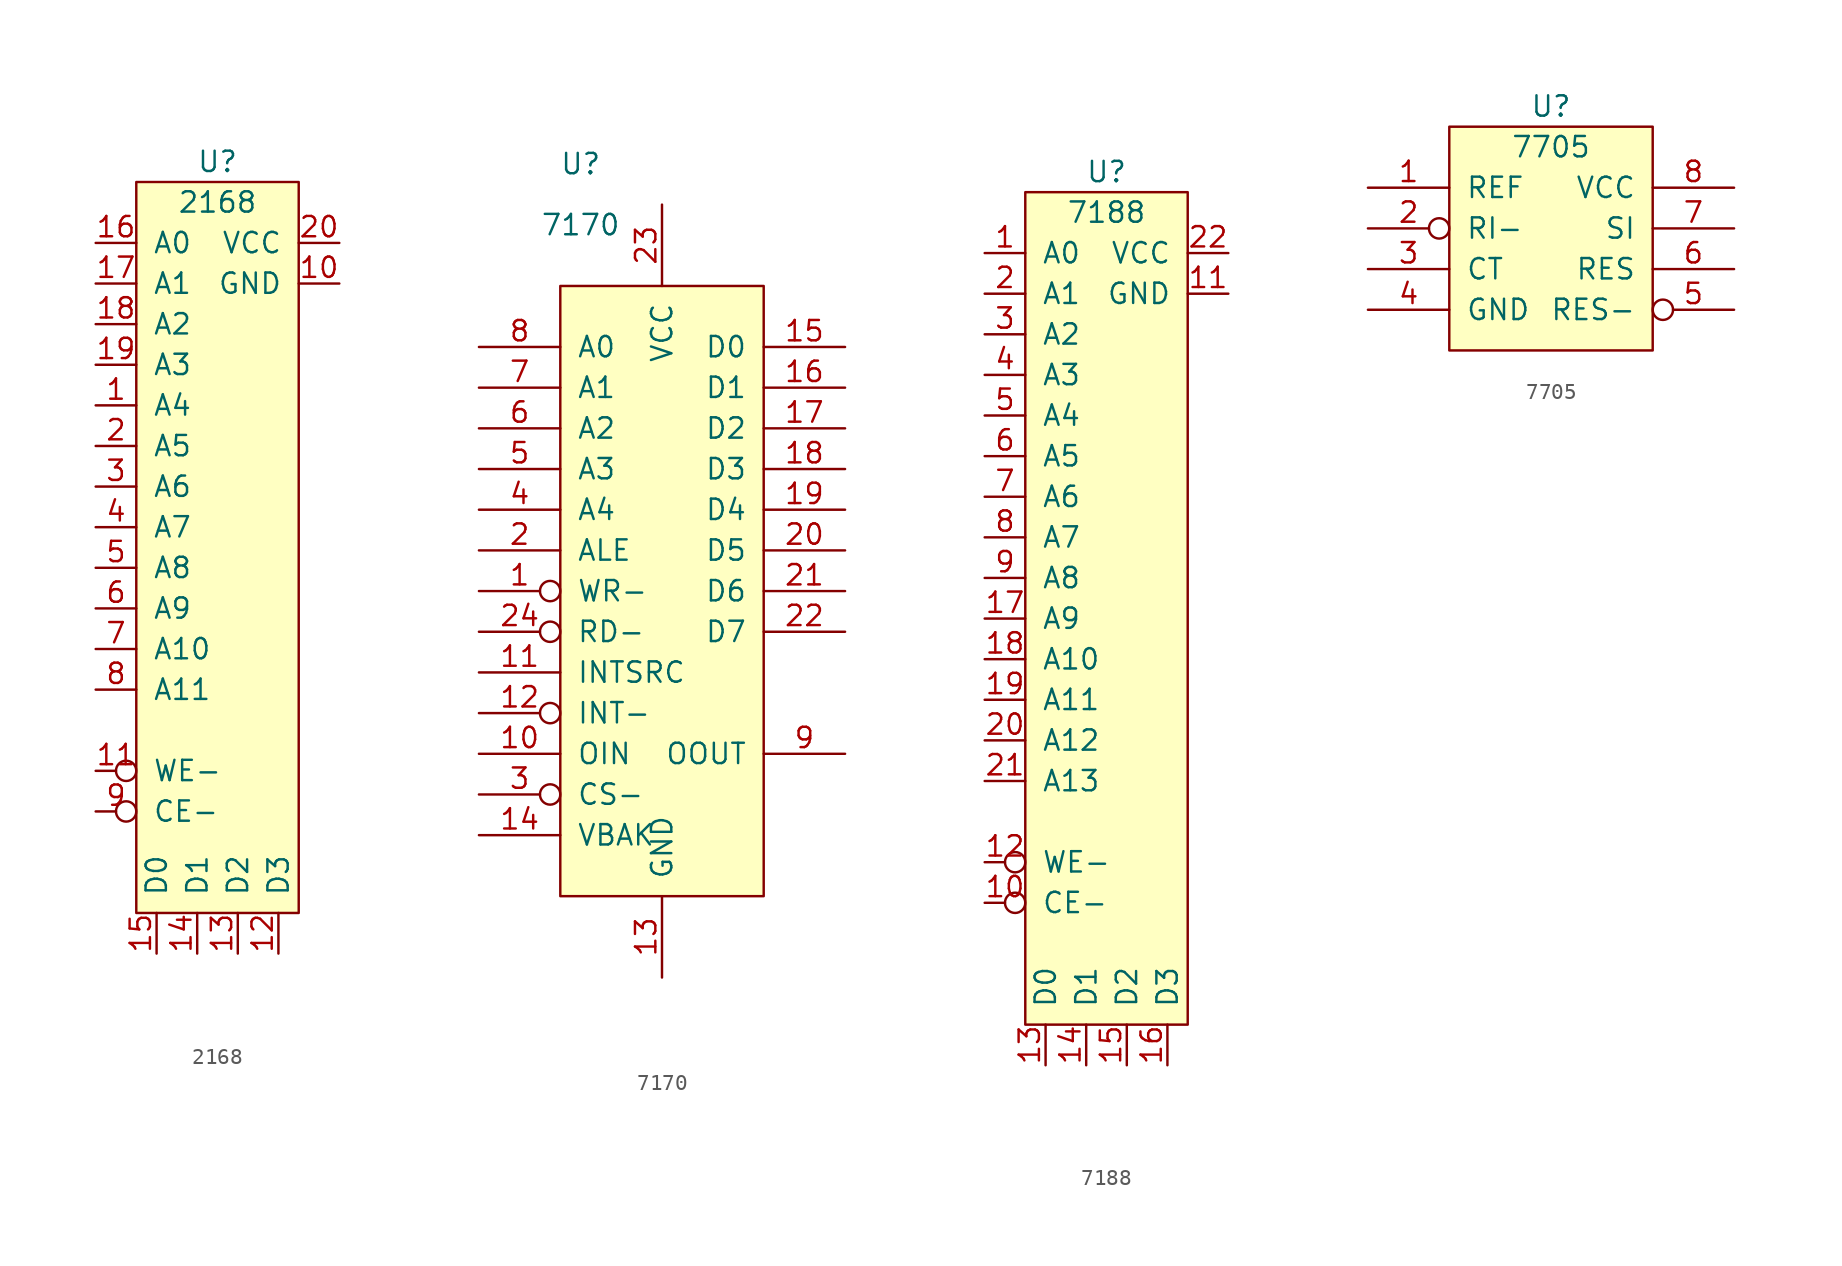
<source format=kicad_sym>
(kicad_symbol_lib
  (version 20231120)
  (generator "kicad_symbol_editor")
  (generator_version "8.0")
  (symbol "2168"
    (pin_names
      (offset 1.016))
    (property "Reference" "U"
      (at 0 2.54 0)
      (effects (font (size 1.27 1.27))))
    (property "Value" "2168"
      (at 0 0 0)
      (effects (font (size 1.27 1.27))))
    (symbol "2168_0_1"
      (rectangle (start -5.08 1.27) (end 5.08 -44.45) (stroke (width 0) (type solid)) (fill (type background))))
    (symbol "2168_1_1"
      (pin input line (at -7.62 -12.7 0) (length 2.54) (name "A4" (effects (font (size 1.27 1.27)))) (number "1" (effects (font (size 1.27 1.27)))))
      (pin power_in line (at 7.62 -5.08 180) (length 2.54) (name "GND" (effects (font (size 1.27 1.27)))) (number "10" (effects (font (size 1.27 1.27)))))
      (pin input inverted (at -7.62 -35.56 0) (length 2.54) (name "WE-" (effects (font (size 1.27 1.27)))) (number "11" (effects (font (size 1.27 1.27)))))
      (pin bidirectional line (at 3.81 -46.99 90) (length 2.54) (name "D3" (effects (font (size 1.27 1.27)))) (number "12" (effects (font (size 1.27 1.27)))))
      (pin bidirectional line (at 1.27 -46.99 90) (length 2.54) (name "D2" (effects (font (size 1.27 1.27)))) (number "13" (effects (font (size 1.27 1.27)))))
      (pin bidirectional line (at -1.27 -46.99 90) (length 2.54) (name "D1" (effects (font (size 1.27 1.27)))) (number "14" (effects (font (size 1.27 1.27)))))
      (pin bidirectional line (at -3.81 -46.99 90) (length 2.54) (name "D0" (effects (font (size 1.27 1.27)))) (number "15" (effects (font (size 1.27 1.27)))))
      (pin input line (at -7.62 -2.54 0) (length 2.54) (name "A0" (effects (font (size 1.27 1.27)))) (number "16" (effects (font (size 1.27 1.27)))))
      (pin input line (at -7.62 -5.08 0) (length 2.54) (name "A1" (effects (font (size 1.27 1.27)))) (number "17" (effects (font (size 1.27 1.27)))))
      (pin input line (at -7.62 -7.62 0) (length 2.54) (name "A2" (effects (font (size 1.27 1.27)))) (number "18" (effects (font (size 1.27 1.27)))))
      (pin input line (at -7.62 -10.16 0) (length 2.54) (name "A3" (effects (font (size 1.27 1.27)))) (number "19" (effects (font (size 1.27 1.27)))))
      (pin input line (at -7.62 -15.24 0) (length 2.54) (name "A5" (effects (font (size 1.27 1.27)))) (number "2" (effects (font (size 1.27 1.27)))))
      (pin power_in line (at 7.62 -2.54 180) (length 2.54) (name "VCC" (effects (font (size 1.27 1.27)))) (number "20" (effects (font (size 1.27 1.27)))))
      (pin input line (at -7.62 -17.78 0) (length 2.54) (name "A6" (effects (font (size 1.27 1.27)))) (number "3" (effects (font (size 1.27 1.27)))))
      (pin input line (at -7.62 -20.32 0) (length 2.54) (name "A7" (effects (font (size 1.27 1.27)))) (number "4" (effects (font (size 1.27 1.27)))))
      (pin input line (at -7.62 -22.86 0) (length 2.54) (name "A8" (effects (font (size 1.27 1.27)))) (number "5" (effects (font (size 1.27 1.27)))))
      (pin input line (at -7.62 -25.4 0) (length 2.54) (name "A9" (effects (font (size 1.27 1.27)))) (number "6" (effects (font (size 1.27 1.27)))))
      (pin input line (at -7.62 -27.94 0) (length 2.54) (name "A10" (effects (font (size 1.27 1.27)))) (number "7" (effects (font (size 1.27 1.27)))))
      (pin input line (at -7.62 -30.48 0) (length 2.54) (name "A11" (effects (font (size 1.27 1.27)))) (number "8" (effects (font (size 1.27 1.27)))))
      (pin input inverted (at -7.62 -38.1 0) (length 2.54) (name "CE-" (effects (font (size 1.27 1.27)))) (number "9" (effects (font (size 1.27 1.27)))))))
  (symbol "7170"
    (pin_names
      (offset 1.016))
    (property "Reference" "U"
      (at -5.08 7.62 0)
      (effects (font (size 1.27 1.27))))
    (property "Value" "7170"
      (at -5.08 3.81 0)
      (effects (font (size 1.27 1.27))))
    (symbol "7170_0_1"
      (rectangle (start -6.35 0) (end 6.35 -38.1) (stroke (width 0) (type solid)) (fill (type background))))
    (symbol "7170_1_1"
      (pin input inverted (at -11.43 -19.05 0) (length 5.08) (name "WR-" (effects (font (size 1.27 1.27)))) (number "1" (effects (font (size 1.27 1.27)))))
      (pin input line (at -11.43 -29.21 0) (length 5.08) (name "OIN" (effects (font (size 1.27 1.27)))) (number "10" (effects (font (size 1.27 1.27)))))
      (pin input line (at -11.43 -24.13 0) (length 5.08) (name "INTSRC" (effects (font (size 1.27 1.27)))) (number "11" (effects (font (size 1.27 1.27)))))
      (pin input inverted (at -11.43 -26.67 0) (length 5.08) (name "INT-" (effects (font (size 1.27 1.27)))) (number "12" (effects (font (size 1.27 1.27)))))
      (pin power_in line (at 0 -43.18 90) (length 5.08) (name "GND" (effects (font (size 1.27 1.27)))) (number "13" (effects (font (size 1.27 1.27)))))
      (pin power_in line (at -11.43 -34.29 0) (length 5.08) (name "VBAK" (effects (font (size 1.27 1.27)))) (number "14" (effects (font (size 1.27 1.27)))))
      (pin bidirectional line (at 11.43 -3.81 180) (length 5.08) (name "D0" (effects (font (size 1.27 1.27)))) (number "15" (effects (font (size 1.27 1.27)))))
      (pin bidirectional line (at 11.43 -6.35 180) (length 5.08) (name "D1" (effects (font (size 1.27 1.27)))) (number "16" (effects (font (size 1.27 1.27)))))
      (pin bidirectional line (at 11.43 -8.89 180) (length 5.08) (name "D2" (effects (font (size 1.27 1.27)))) (number "17" (effects (font (size 1.27 1.27)))))
      (pin bidirectional line (at 11.43 -11.43 180) (length 5.08) (name "D3" (effects (font (size 1.27 1.27)))) (number "18" (effects (font (size 1.27 1.27)))))
      (pin bidirectional line (at 11.43 -13.97 180) (length 5.08) (name "D4" (effects (font (size 1.27 1.27)))) (number "19" (effects (font (size 1.27 1.27)))))
      (pin input line (at -11.43 -16.51 0) (length 5.08) (name "ALE" (effects (font (size 1.27 1.27)))) (number "2" (effects (font (size 1.27 1.27)))))
      (pin bidirectional line (at 11.43 -16.51 180) (length 5.08) (name "D5" (effects (font (size 1.27 1.27)))) (number "20" (effects (font (size 1.27 1.27)))))
      (pin bidirectional line (at 11.43 -19.05 180) (length 5.08) (name "D6" (effects (font (size 1.27 1.27)))) (number "21" (effects (font (size 1.27 1.27)))))
      (pin bidirectional line (at 11.43 -21.59 180) (length 5.08) (name "D7" (effects (font (size 1.27 1.27)))) (number "22" (effects (font (size 1.27 1.27)))))
      (pin power_in line (at 0 5.08 270) (length 5.08) (name "VCC" (effects (font (size 1.27 1.27)))) (number "23" (effects (font (size 1.27 1.27)))))
      (pin input inverted (at -11.43 -21.59 0) (length 5.08) (name "RD-" (effects (font (size 1.27 1.27)))) (number "24" (effects (font (size 1.27 1.27)))))
      (pin input inverted (at -11.43 -31.75 0) (length 5.08) (name "CS-" (effects (font (size 1.27 1.27)))) (number "3" (effects (font (size 1.27 1.27)))))
      (pin input line (at -11.43 -13.97 0) (length 5.08) (name "A4" (effects (font (size 1.27 1.27)))) (number "4" (effects (font (size 1.27 1.27)))))
      (pin input line (at -11.43 -11.43 0) (length 5.08) (name "A3" (effects (font (size 1.27 1.27)))) (number "5" (effects (font (size 1.27 1.27)))))
      (pin input line (at -11.43 -8.89 0) (length 5.08) (name "A2" (effects (font (size 1.27 1.27)))) (number "6" (effects (font (size 1.27 1.27)))))
      (pin input line (at -11.43 -6.35 0) (length 5.08) (name "A1" (effects (font (size 1.27 1.27)))) (number "7" (effects (font (size 1.27 1.27)))))
      (pin input line (at -11.43 -3.81 0) (length 5.08) (name "A0" (effects (font (size 1.27 1.27)))) (number "8" (effects (font (size 1.27 1.27)))))
      (pin output line (at 11.43 -29.21 180) (length 5.08) (name "OOUT" (effects (font (size 1.27 1.27)))) (number "9" (effects (font (size 1.27 1.27)))))))
  (symbol "7188"
    (pin_names
      (offset 1.016))
    (property "Reference" "U"
      (at 0 2.54 0)
      (effects (font (size 1.27 1.27))))
    (property "Value" "7188"
      (at 0 0 0)
      (effects (font (size 1.27 1.27))))
    (symbol "7188_0_1"
      (rectangle (start -5.08 1.27) (end 5.08 -50.8) (stroke (width 0) (type solid)) (fill (type background))))
    (symbol "7188_1_1"
      (pin input line (at -7.62 -2.54 0) (length 2.54) (name "A0" (effects (font (size 1.27 1.27)))) (number "1" (effects (font (size 1.27 1.27)))))
      (pin input inverted (at -7.62 -43.18 0) (length 2.54) (name "CE-" (effects (font (size 1.27 1.27)))) (number "10" (effects (font (size 1.27 1.27)))))
      (pin power_in line (at 7.62 -5.08 180) (length 2.54) (name "GND" (effects (font (size 1.27 1.27)))) (number "11" (effects (font (size 1.27 1.27)))))
      (pin input inverted (at -7.62 -40.64 0) (length 2.54) (name "WE-" (effects (font (size 1.27 1.27)))) (number "12" (effects (font (size 1.27 1.27)))))
      (pin bidirectional line (at -3.81 -53.34 90) (length 2.54) (name "D0" (effects (font (size 1.27 1.27)))) (number "13" (effects (font (size 1.27 1.27)))))
      (pin bidirectional line (at -1.27 -53.34 90) (length 2.54) (name "D1" (effects (font (size 1.27 1.27)))) (number "14" (effects (font (size 1.27 1.27)))))
      (pin bidirectional line (at 1.27 -53.34 90) (length 2.54) (name "D2" (effects (font (size 1.27 1.27)))) (number "15" (effects (font (size 1.27 1.27)))))
      (pin bidirectional line (at 3.81 -53.34 90) (length 2.54) (name "D3" (effects (font (size 1.27 1.27)))) (number "16" (effects (font (size 1.27 1.27)))))
      (pin input line (at -7.62 -25.4 0) (length 2.54) (name "A9" (effects (font (size 1.27 1.27)))) (number "17" (effects (font (size 1.27 1.27)))))
      (pin input line (at -7.62 -27.94 0) (length 2.54) (name "A10" (effects (font (size 1.27 1.27)))) (number "18" (effects (font (size 1.27 1.27)))))
      (pin input line (at -7.62 -30.48 0) (length 2.54) (name "A11" (effects (font (size 1.27 1.27)))) (number "19" (effects (font (size 1.27 1.27)))))
      (pin input line (at -7.62 -5.08 0) (length 2.54) (name "A1" (effects (font (size 1.27 1.27)))) (number "2" (effects (font (size 1.27 1.27)))))
      (pin input line (at -7.62 -33.02 0) (length 2.54) (name "A12" (effects (font (size 1.27 1.27)))) (number "20" (effects (font (size 1.27 1.27)))))
      (pin input line (at -7.62 -35.56 0) (length 2.54) (name "A13" (effects (font (size 1.27 1.27)))) (number "21" (effects (font (size 1.27 1.27)))))
      (pin power_in line (at 7.62 -2.54 180) (length 2.54) (name "VCC" (effects (font (size 1.27 1.27)))) (number "22" (effects (font (size 1.27 1.27)))))
      (pin input line (at -7.62 -7.62 0) (length 2.54) (name "A2" (effects (font (size 1.27 1.27)))) (number "3" (effects (font (size 1.27 1.27)))))
      (pin input line (at -7.62 -10.16 0) (length 2.54) (name "A3" (effects (font (size 1.27 1.27)))) (number "4" (effects (font (size 1.27 1.27)))))
      (pin input line (at -7.62 -12.7 0) (length 2.54) (name "A4" (effects (font (size 1.27 1.27)))) (number "5" (effects (font (size 1.27 1.27)))))
      (pin input line (at -7.62 -15.24 0) (length 2.54) (name "A5" (effects (font (size 1.27 1.27)))) (number "6" (effects (font (size 1.27 1.27)))))
      (pin input line (at -7.62 -17.78 0) (length 2.54) (name "A6" (effects (font (size 1.27 1.27)))) (number "7" (effects (font (size 1.27 1.27)))))
      (pin input line (at -7.62 -20.32 0) (length 2.54) (name "A7" (effects (font (size 1.27 1.27)))) (number "8" (effects (font (size 1.27 1.27)))))
      (pin input line (at -7.62 -22.86 0) (length 2.54) (name "A8" (effects (font (size 1.27 1.27)))) (number "9" (effects (font (size 1.27 1.27)))))))
  (symbol "7705"
    (pin_names
      (offset 1.016))
    (property "Reference" "U"
      (at 0 2.54 0)
      (effects (font (size 1.27 1.27))))
    (property "Value" "7705"
      (at 0 0 0)
      (effects (font (size 1.27 1.27))))
    (symbol "7705_0_1"
      (rectangle (start -6.35 1.27) (end 6.35 -12.7) (stroke (width 0) (type solid)) (fill (type background))))
    (symbol "7705_1_1"
      (pin input line (at -11.43 -2.54 0) (length 5.08) (name "REF" (effects (font (size 1.27 1.27)))) (number "1" (effects (font (size 1.27 1.27)))))
      (pin input inverted (at -11.43 -5.08 0) (length 5.08) (name "RI-" (effects (font (size 1.27 1.27)))) (number "2" (effects (font (size 1.27 1.27)))))
      (pin input line (at -11.43 -7.62 0) (length 5.08) (name "CT" (effects (font (size 1.27 1.27)))) (number "3" (effects (font (size 1.27 1.27)))))
      (pin power_in line (at -11.43 -10.16 0) (length 5.08) (name "GND" (effects (font (size 1.27 1.27)))) (number "4" (effects (font (size 1.27 1.27)))))
      (pin output inverted (at 11.43 -10.16 180) (length 5.08) (name "RES-" (effects (font (size 1.27 1.27)))) (number "5" (effects (font (size 1.27 1.27)))))
      (pin output line (at 11.43 -7.62 180) (length 5.08) (name "RES" (effects (font (size 1.27 1.27)))) (number "6" (effects (font (size 1.27 1.27)))))
      (pin input line (at 11.43 -5.08 180) (length 5.08) (name "SI" (effects (font (size 1.27 1.27)))) (number "7" (effects (font (size 1.27 1.27)))))
      (pin power_in line (at 11.43 -2.54 180) (length 5.08) (name "VCC" (effects (font (size 1.27 1.27)))) (number "8" (effects (font (size 1.27 1.27))))))))
</source>
